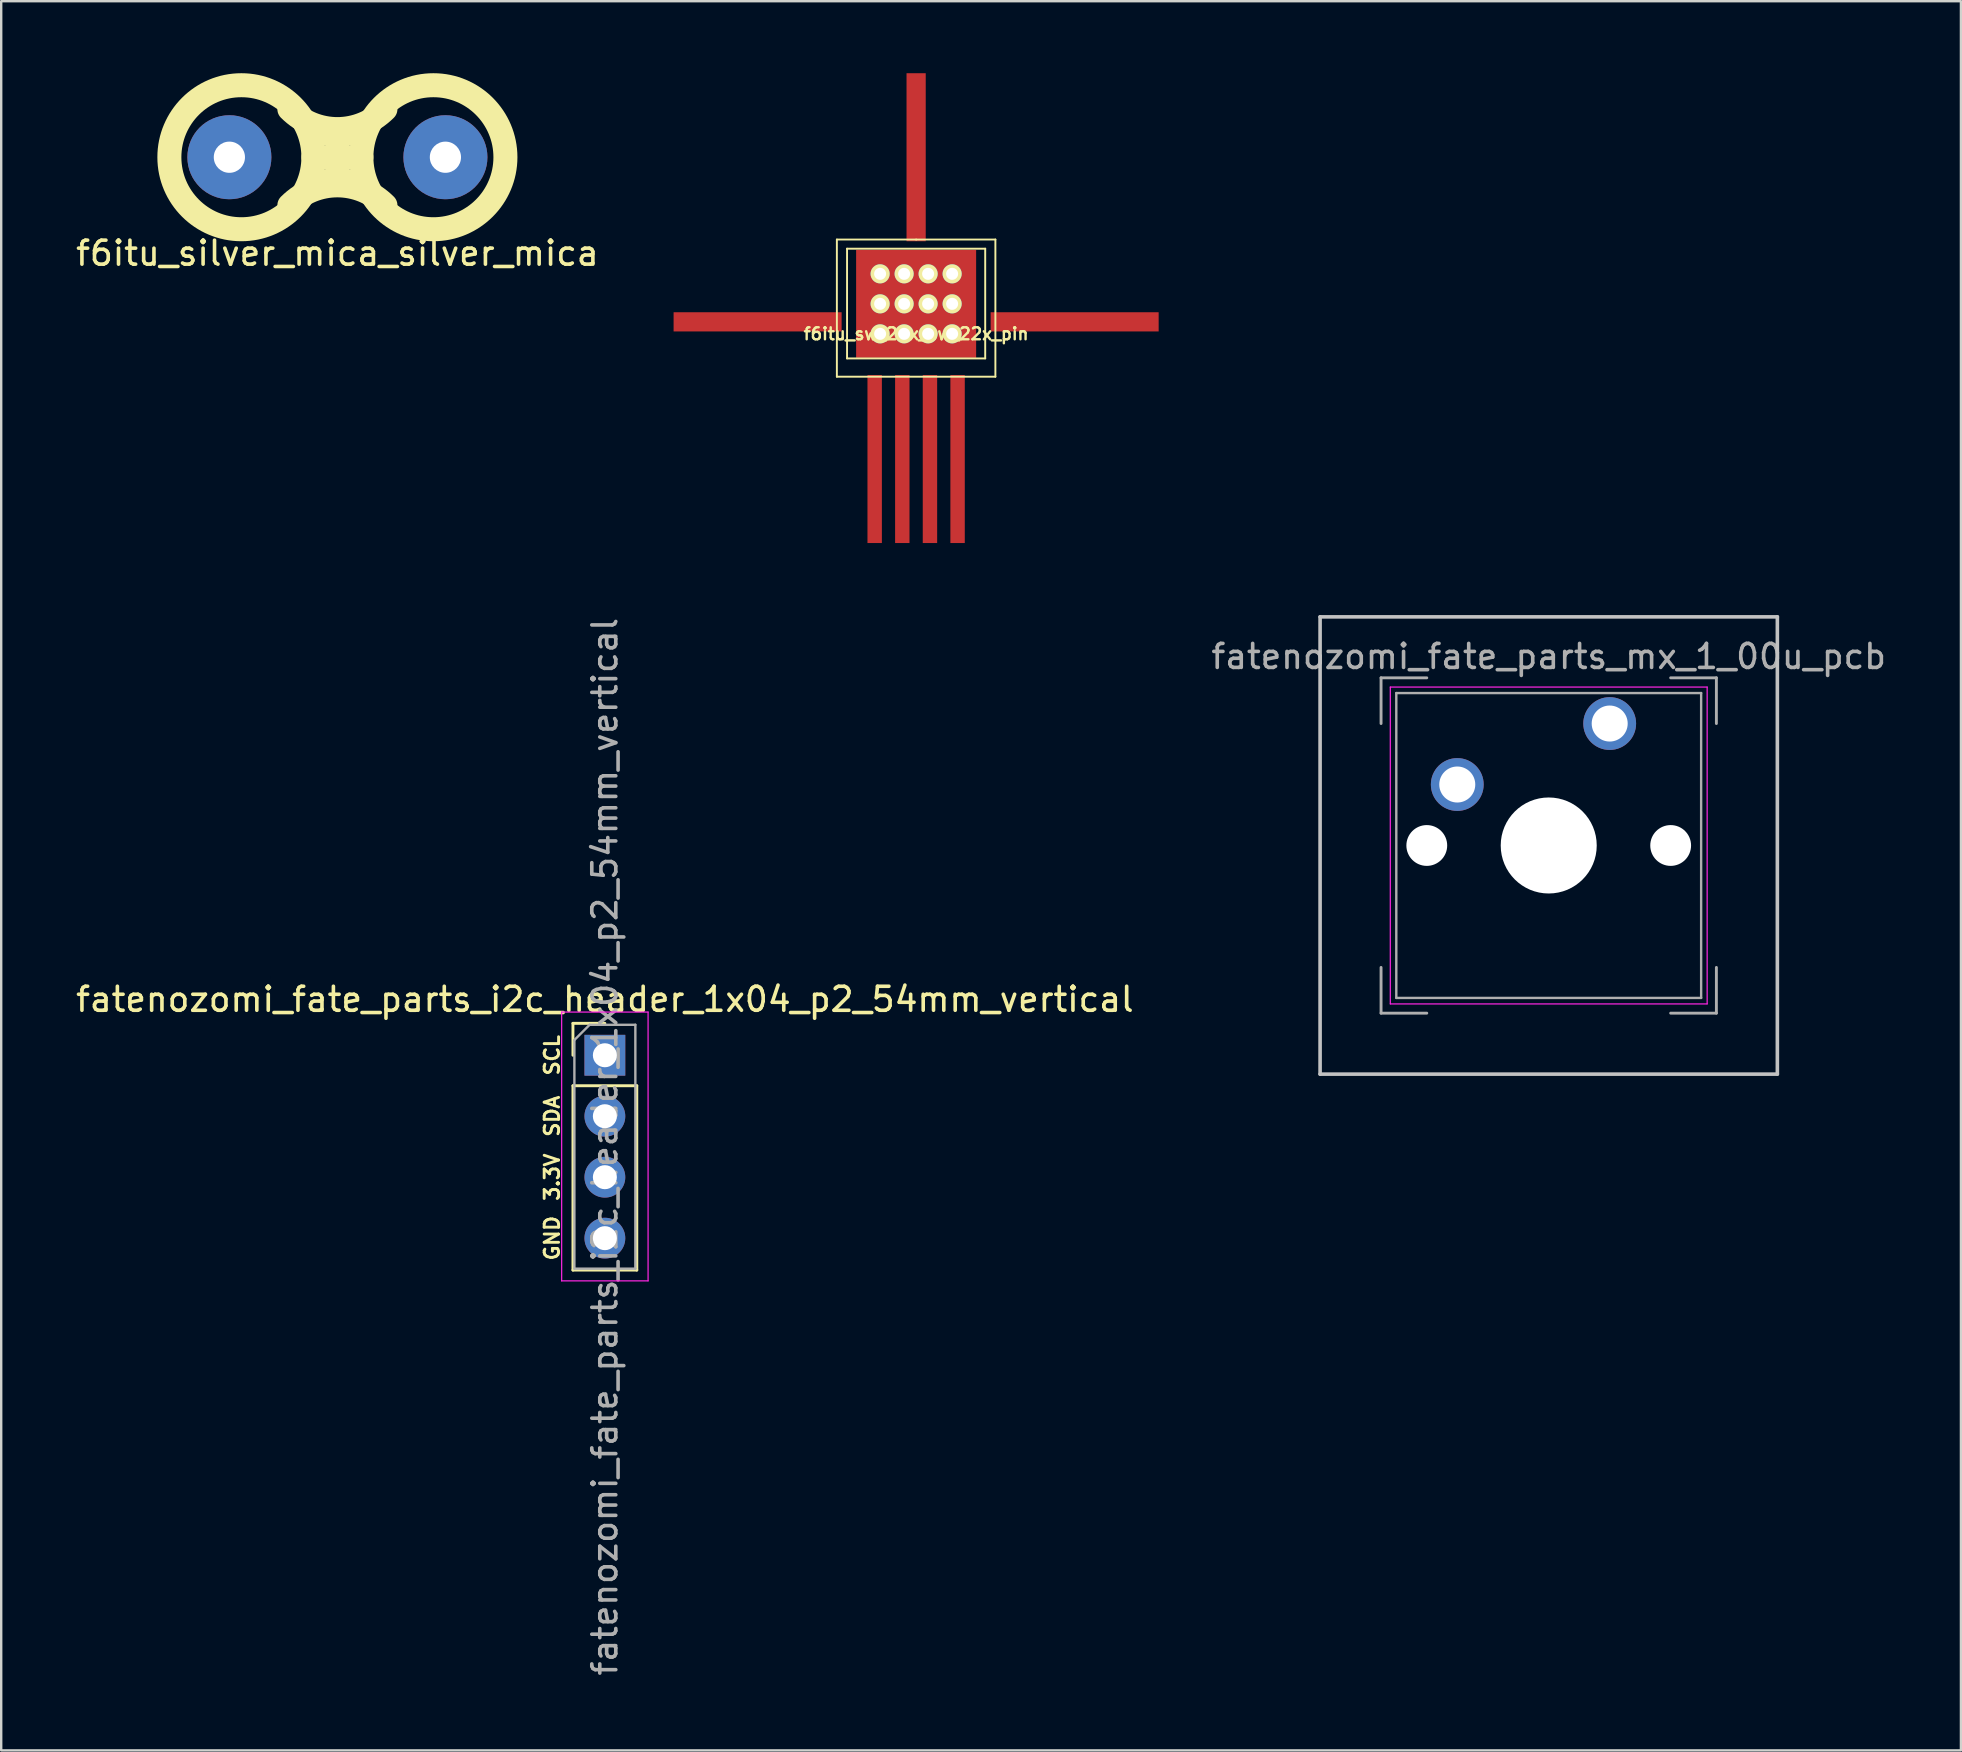
<source format=kicad_pcb>
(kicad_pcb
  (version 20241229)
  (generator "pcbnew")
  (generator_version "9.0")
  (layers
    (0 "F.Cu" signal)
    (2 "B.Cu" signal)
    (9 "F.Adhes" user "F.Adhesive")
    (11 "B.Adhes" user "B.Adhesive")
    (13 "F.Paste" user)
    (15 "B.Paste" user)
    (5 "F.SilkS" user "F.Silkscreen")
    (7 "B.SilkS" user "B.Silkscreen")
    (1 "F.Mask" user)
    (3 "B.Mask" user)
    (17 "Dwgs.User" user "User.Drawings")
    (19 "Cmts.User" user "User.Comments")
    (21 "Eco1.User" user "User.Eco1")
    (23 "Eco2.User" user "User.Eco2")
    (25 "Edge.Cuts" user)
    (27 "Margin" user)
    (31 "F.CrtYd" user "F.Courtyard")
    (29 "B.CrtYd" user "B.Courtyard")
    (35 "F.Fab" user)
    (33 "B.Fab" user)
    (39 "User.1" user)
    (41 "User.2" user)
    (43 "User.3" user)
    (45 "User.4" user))
  (footprint "fatenozomi_fate_parts_i2c_header_1x04_p2_54mm_vertical"
    (layer "F.Cu")
    (at 22.149 40.912)
    (property "Reference" "fatenozomi_fate_parts_i2c_header_1x04_p2_54mm_vertical" (at 0 -2.33 0) (layer "F.SilkS") (effects (font (size 1 1) (thickness 0.15))))
    (attr through_hole)
    (fp_line (start -1.33 -1.33) (end 0 -1.33) (stroke (width 0.12) (type solid)) (layer "F.SilkS"))
    (fp_line (start -1.33 0) (end -1.33 -1.33) (stroke (width 0.12) (type solid)) (layer "F.SilkS"))
    (fp_line (start -1.33 1.27) (end -1.33 8.95) (stroke (width 0.12) (type solid)) (layer "F.SilkS"))
    (fp_line (start -1.33 1.27) (end 1.33 1.27) (stroke (width 0.12) (type solid)) (layer "F.SilkS"))
    (fp_line (start -1.33 8.95) (end 1.33 8.95) (stroke (width 0.12) (type solid)) (layer "F.SilkS"))
    (fp_line (start 1.33 1.27) (end 1.33 8.95) (stroke (width 0.12) (type solid)) (layer "F.SilkS"))
    (fp_line (start -1.8 -1.8) (end -1.8 9.4) (stroke (width 0.05) (type solid)) (layer "F.CrtYd"))
    (fp_line (start -1.8 9.4) (end 1.8 9.4) (stroke (width 0.05) (type solid)) (layer "F.CrtYd"))
    (fp_line (start 1.8 -1.8) (end -1.8 -1.8) (stroke (width 0.05) (type solid)) (layer "F.CrtYd"))
    (fp_line (start 1.8 9.4) (end 1.8 -1.8) (stroke (width 0.05) (type solid)) (layer "F.CrtYd"))
    (fp_line (start -1.27 -0.635) (end -0.635 -1.27) (stroke (width 0.1) (type solid)) (layer "F.Fab"))
    (fp_line (start -1.27 8.89) (end -1.27 -0.635) (stroke (width 0.1) (type solid)) (layer "F.Fab"))
    (fp_line (start -0.635 -1.27) (end 1.27 -1.27) (stroke (width 0.1) (type solid)) (layer "F.Fab"))
    (fp_line (start 1.27 -1.27) (end 1.27 8.89) (stroke (width 0.1) (type solid)) (layer "F.Fab"))
    (fp_line (start 1.27 8.89) (end -1.27 8.89) (stroke (width 0.1) (type solid)) (layer "F.Fab"))
    (fp_text user "SCL" (at -2.2 0 90) (layer "F.SilkS") (effects (font (size 0.6 0.6) (thickness 0.12))))
    (fp_text user "3.3V" (at -2.2 5.08 90) (layer "F.SilkS") (effects (font (size 0.6 0.6) (thickness 0.12))))
    (fp_text user "GND" (at -2.2 7.62 90) (layer "F.SilkS") (effects (font (size 0.6 0.6) (thickness 0.12))))
    (fp_text user "SDA" (at -2.2 2.54 90) (layer "F.SilkS") (effects (font (size 0.6 0.6) (thickness 0.12))))
    (fp_text user "${REFERENCE}" (at 0 3.81 90) (layer "F.Fab") (effects (font (size 1 1) (thickness 0.15))))
    (pad "1" thru_hole rect (at 0 0) (size 1.7 1.7) (drill 1) (layers "*.Cu" "*.Mask"))
    (pad "2" thru_hole oval (at 0 2.54) (size 1.7 1.7) (drill 1) (layers "*.Cu" "*.Mask"))
    (pad "3" thru_hole oval (at 0 5.08) (size 1.7 1.7) (drill 1) (layers "*.Cu" "*.Mask"))
    (pad "4" thru_hole oval (at 0 7.62) (size 1.7 1.7) (drill 1) (layers "*.Cu" "*.Mask")))
  (footprint "fatenozomi_fate_parts_mx_1_00u_pcb"
    (layer "F.Cu")
    (at 61.47 32.173)
    (property "Reference" "fatenozomi_fate_parts_mx_1_00u_pcb" (at 0 -7.874 0) (layer "F.Fab") (effects (font (size 1 1) (thickness 0.15))))
    (attr through_hole)
    (fp_line (start -9.525 -9.525) (end 9.525 -9.525) (stroke (width 0.15) (type solid)) (layer "Dwgs.User"))
    (fp_line (start -9.525 9.525) (end -9.525 -9.525) (stroke (width 0.15) (type solid)) (layer "Dwgs.User"))
    (fp_line (start 9.525 -9.525) (end 9.525 9.525) (stroke (width 0.15) (type solid)) (layer "Dwgs.User"))
    (fp_line (start 9.525 9.525) (end -9.525 9.525) (stroke (width 0.15) (type solid)) (layer "Dwgs.User"))
    (fp_line (start -6.6 -6.6) (end 6.6 -6.6) (stroke (width 0.05) (type solid)) (layer "F.CrtYd"))
    (fp_line (start -6.6 6.6) (end -6.6 -6.6) (stroke (width 0.05) (type solid)) (layer "F.CrtYd"))
    (fp_line (start 6.6 -6.6) (end 6.6 6.6) (stroke (width 0.05) (type solid)) (layer "F.CrtYd"))
    (fp_line (start 6.6 6.6) (end -6.6 6.6) (stroke (width 0.05) (type solid)) (layer "F.CrtYd"))
    (fp_line (start -6.985 -6.985) (end -5.08 -6.985) (stroke (width 0.12) (type solid)) (layer "F.Fab"))
    (fp_line (start -6.985 -5.08) (end -6.985 -6.985) (stroke (width 0.12) (type solid)) (layer "F.Fab"))
    (fp_line (start -6.985 6.985) (end -6.985 5.08) (stroke (width 0.12) (type solid)) (layer "F.Fab"))
    (fp_line (start -6.35 -6.35) (end 6.35 -6.35) (stroke (width 0.1) (type solid)) (layer "F.Fab"))
    (fp_line (start -6.35 6.35) (end -6.35 -6.35) (stroke (width 0.1) (type solid)) (layer "F.Fab"))
    (fp_line (start -5.08 6.985) (end -6.985 6.985) (stroke (width 0.12) (type solid)) (layer "F.Fab"))
    (fp_line (start 5.08 -6.985) (end 6.985 -6.985) (stroke (width 0.12) (type solid)) (layer "F.Fab"))
    (fp_line (start 6.35 -6.35) (end 6.35 6.35) (stroke (width 0.1) (type solid)) (layer "F.Fab"))
    (fp_line (start 6.35 6.35) (end -6.35 6.35) (stroke (width 0.1) (type solid)) (layer "F.Fab"))
    (fp_line (start 6.985 -6.985) (end 6.985 -5.08) (stroke (width 0.12) (type solid)) (layer "F.Fab"))
    (fp_line (start 6.985 5.08) (end 6.985 6.985) (stroke (width 0.12) (type solid)) (layer "F.Fab"))
    (fp_line (start 6.985 6.985) (end 5.08 6.985) (stroke (width 0.12) (type solid)) (layer "F.Fab"))
    (pad "" np_thru_hole circle (at -5.08 0) (size 1.7 1.7) (drill 1.7) (layers "*.Cu" "*.Mask"))
    (pad "" np_thru_hole circle (at 0 0) (size 4 4) (drill 4) (layers "*.Cu" "*.Mask"))
    (pad "" np_thru_hole circle (at 5.08 0) (size 1.7 1.7) (drill 1.7) (layers "*.Cu" "*.Mask"))
    (pad "1" thru_hole circle (at 2.54 -5.08) (size 2.2 2.2) (drill 1.5) (layers "*.Cu" "*.Mask"))
    (pad "2" thru_hole circle (at -3.81 -2.54) (size 2.2 2.2) (drill 1.5) (layers "*.Cu" "*.Mask")))
  (footprint "f6itu_sw_22x_sw_22x_pin"
    (layer "F.Cu")
    (at 35.116 10.358)
    (property "Reference" "f6itu_sw_22x_sw_22x_pin" (at 0 0.5 0) (layer "F.SilkS") (effects (font (size 0.5 0.5) (thickness 0.1))))
    (attr through_hole)
    (fp_line (start -3.302 -3.429) (end 0 -3.429) (stroke (width 0.08) (type solid)) (layer "F.SilkS"))
    (fp_line (start -3.302 2.286) (end -3.302 -3.429) (stroke (width 0.08) (type solid)) (layer "F.SilkS"))
    (fp_line (start -2.878 -3.048) (end 2.878 -3.048) (stroke (width 0.08) (type solid)) (layer "F.SilkS"))
    (fp_line (start -2.878 1.524) (end -2.878 -3.048) (stroke (width 0.08) (type solid)) (layer "F.SilkS"))
    (fp_line (start 0 -3.429) (end 3.302 -3.429) (stroke (width 0.08) (type solid)) (layer "F.SilkS"))
    (fp_line (start 2.878 -3.048) (end 2.878 1.524) (stroke (width 0.08) (type solid)) (layer "F.SilkS"))
    (fp_line (start 2.878 1.524) (end -2.878 1.524) (stroke (width 0.08) (type solid)) (layer "F.SilkS"))
    (fp_line (start 3.302 -3.429) (end 3.302 2.286) (stroke (width 0.08) (type solid)) (layer "F.SilkS"))
    (fp_line (start 3.302 2.286) (end -3.302 2.286) (stroke (width 0.08) (type solid)) (layer "F.SilkS"))
    (pad "1" smd rect (at 0 -6.858) (size 0.8 7) (layers "F.Cu" "F.Mask" "F.Paste"))
    (pad "2" smd rect (at -6.604 0) (size 7 0.8) (layers "F.Cu" "F.Mask" "F.Paste"))
    (pad "3" smd rect (at -1.727 5.715) (size 0.6 7) (layers "F.Cu" "F.Mask" "F.Paste"))
    (pad "4" smd rect (at -0.576 5.715) (size 0.6 7) (layers "F.Cu" "F.Mask" "F.Paste"))
    (pad "5" smd rect (at 0.576 5.715) (size 0.6 7) (layers "F.Cu" "F.Mask" "F.Paste"))
    (pad "6" smd rect (at 1.727 5.715) (size 0.6 7) (layers "F.Cu" "F.Mask" "F.Paste"))
    (pad "7" smd rect (at 6.604 0) (size 7 0.8) (layers "F.Cu" "F.Mask" "F.Paste"))
    (pad "8" thru_hole circle (at -1.5 -2) (size 0.8 0.8) (drill 0.5) (layers "*.Cu" "*.Mask" "F.SilkS"))
    (pad "8" thru_hole circle (at -1.5 -0.75) (size 0.8 0.8) (drill 0.5) (layers "*.Cu" "*.Mask" "F.SilkS"))
    (pad "8" thru_hole circle (at -1.5 0.5) (size 0.8 0.8) (drill 0.5) (layers "*.Cu" "*.Mask" "F.SilkS"))
    (pad "8" thru_hole circle (at -0.5 -2) (size 0.8 0.8) (drill 0.5) (layers "*.Cu" "*.Mask" "F.SilkS"))
    (pad "8" thru_hole circle (at -0.5 -0.75) (size 0.8 0.8) (drill 0.5) (layers "*.Cu" "*.Mask" "F.SilkS"))
    (pad "8" thru_hole circle (at -0.5 0.5) (size 0.8 0.8) (drill 0.5) (layers "*.Cu" "*.Mask" "F.SilkS"))
    (pad "8" smd rect (at 0 -0.75) (size 5 4.5) (layers "F.Cu" "F.Mask" "F.Paste"))
    (pad "8" thru_hole circle (at 0.5 -2) (size 0.8 0.8) (drill 0.5) (layers "*.Cu" "*.Mask" "F.SilkS"))
    (pad "8" thru_hole circle (at 0.5 -0.75) (size 0.8 0.8) (drill 0.5) (layers "*.Cu" "*.Mask" "F.SilkS"))
    (pad "8" thru_hole circle (at 0.5 0.5) (size 0.8 0.8) (drill 0.5) (layers "*.Cu" "*.Mask" "F.SilkS"))
    (pad "8" thru_hole circle (at 1.5 -2) (size 0.8 0.8) (drill 0.5) (layers "*.Cu" "*.Mask" "F.SilkS"))
    (pad "8" thru_hole circle (at 1.5 -0.75) (size 0.8 0.8) (drill 0.5) (layers "*.Cu" "*.Mask" "F.SilkS"))
    (pad "8" thru_hole circle (at 1.5 0.5) (size 0.8 0.8) (drill 0.5) (layers "*.Cu" "*.Mask" "F.SilkS")))
  (footprint "f6itu_silver_mica_silver_mica"
    (layer "F.Cu")
    (at 11.006 3.5)
    (property "Reference" "f6itu_silver_mica_silver_mica" (at 0 4 0) (layer "F.SilkS") (effects (font (size 1 1) (thickness 0.15))))
    (attr through_hole)
    (fp_line (start -1 -1) (end 1 -1) (stroke (width 1) (type solid)) (layer "F.SilkS"))
    (fp_line (start -1 0) (end 1 0) (stroke (width 1) (type solid)) (layer "F.SilkS"))
    (fp_line (start -1 1) (end 1 1) (stroke (width 1) (type solid)) (layer "F.SilkS"))
    (fp_line (start 0 -1) (end 0 1) (stroke (width 1) (type solid)) (layer "F.SilkS"))
    (fp_arc (start -2 2) (mid 0 1.171573) (end 2 2) (stroke (width 1) (type solid)) (layer "F.SilkS"))
    (fp_arc (start 2 -2) (mid 0 -1.171573) (end -2 -2) (stroke (width 1) (type solid)) (layer "F.SilkS"))
    (fp_circle (center -4 0) (end -7 0) (stroke (width 1) (type solid)) (fill no) (layer "F.SilkS"))
    (fp_circle (center 4 0) (end 7 0) (stroke (width 1) (type solid)) (fill no) (layer "F.SilkS"))
    (pad "1" thru_hole circle (at -4.5 0) (size 3.5 3.5) (drill 1.3) (layers "*.Cu" "*.Mask"))
    (pad "2" thru_hole circle (at 4.5 0) (size 3.5 3.5) (drill 1.3) (layers "*.Cu" "*.Mask")))
  (gr_rect
    (start -3 -3)
    (end 78.643 69.871)
    (stroke (width 0.1) (type default))
    (fill no)
    (layer "Edge.Cuts")))
</source>
